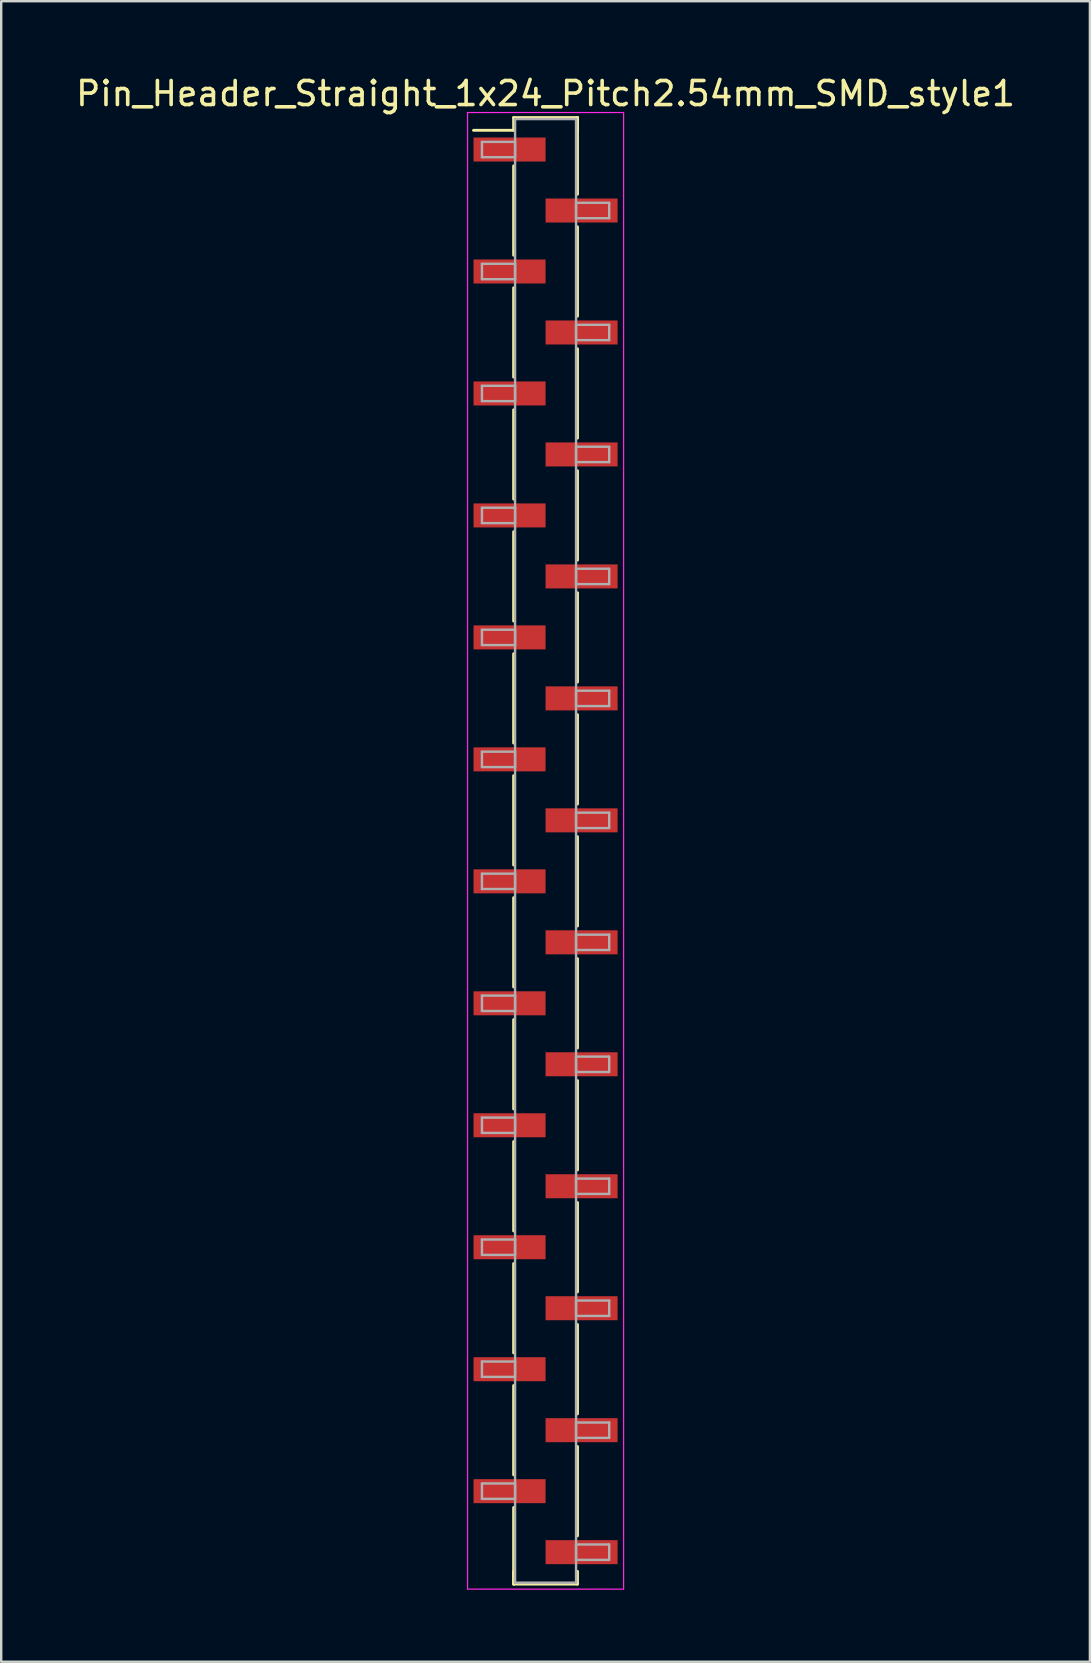
<source format=kicad_pcb>
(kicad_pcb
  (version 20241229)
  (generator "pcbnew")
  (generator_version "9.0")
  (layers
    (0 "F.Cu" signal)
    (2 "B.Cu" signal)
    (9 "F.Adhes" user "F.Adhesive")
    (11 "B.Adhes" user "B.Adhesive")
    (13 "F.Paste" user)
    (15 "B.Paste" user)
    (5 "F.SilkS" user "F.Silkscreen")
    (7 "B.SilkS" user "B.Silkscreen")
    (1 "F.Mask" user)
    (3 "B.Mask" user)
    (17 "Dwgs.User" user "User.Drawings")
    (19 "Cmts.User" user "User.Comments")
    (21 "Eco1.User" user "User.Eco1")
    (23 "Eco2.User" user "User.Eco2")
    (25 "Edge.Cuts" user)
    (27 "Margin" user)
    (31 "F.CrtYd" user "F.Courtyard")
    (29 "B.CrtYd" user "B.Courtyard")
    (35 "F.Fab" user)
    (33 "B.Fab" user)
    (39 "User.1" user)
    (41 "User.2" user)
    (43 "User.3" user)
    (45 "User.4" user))
  (footprint "Pin_Header_Straight_1x24_Pitch2.54mm_SMD_style1"
    (layer "F.Cu")
    (at 19.673 32.388)
    (property "Reference" "Pin_Header_Straight_1x24_Pitch2.54mm_SMD_style1" (at 0 -31.54 0) (layer "F.SilkS") (effects (font (size 1 1) (thickness 0.15))))
    (attr smd)
    (fp_line (start -1.33 -30.54) (end 1.33 -30.54) (stroke (width 0.12) (type solid)) (layer "F.SilkS"))
    (fp_line (start -1.33 -30.01) (end -3 -30.01) (stroke (width 0.12) (type solid)) (layer "F.SilkS"))
    (fp_line (start -1.33 -30.01) (end -1.33 -30.54) (stroke (width 0.12) (type solid)) (layer "F.SilkS"))
    (fp_line (start -1.33 -28.53) (end -1.33 -24.81) (stroke (width 0.12) (type solid)) (layer "F.SilkS"))
    (fp_line (start -1.33 -23.45) (end -1.33 -19.73) (stroke (width 0.12) (type solid)) (layer "F.SilkS"))
    (fp_line (start -1.33 -18.37) (end -1.33 -14.65) (stroke (width 0.12) (type solid)) (layer "F.SilkS"))
    (fp_line (start -1.33 -13.29) (end -1.33 -9.57) (stroke (width 0.12) (type solid)) (layer "F.SilkS"))
    (fp_line (start -1.33 -8.21) (end -1.33 -4.49) (stroke (width 0.12) (type solid)) (layer "F.SilkS"))
    (fp_line (start -1.33 -3.13) (end -1.33 0.59) (stroke (width 0.12) (type solid)) (layer "F.SilkS"))
    (fp_line (start -1.33 1.95) (end -1.33 5.67) (stroke (width 0.12) (type solid)) (layer "F.SilkS"))
    (fp_line (start -1.33 7.03) (end -1.33 10.75) (stroke (width 0.12) (type solid)) (layer "F.SilkS"))
    (fp_line (start -1.33 12.11) (end -1.33 15.83) (stroke (width 0.12) (type solid)) (layer "F.SilkS"))
    (fp_line (start -1.33 17.19) (end -1.33 20.91) (stroke (width 0.12) (type solid)) (layer "F.SilkS"))
    (fp_line (start -1.33 22.27) (end -1.33 25.99) (stroke (width 0.12) (type solid)) (layer "F.SilkS"))
    (fp_line (start -1.33 27.35) (end -1.33 30.54) (stroke (width 0.12) (type solid)) (layer "F.SilkS"))
    (fp_line (start -1.33 30.01) (end -1.33 30.54) (stroke (width 0.12) (type solid)) (layer "F.SilkS"))
    (fp_line (start -1.33 30.54) (end 1.33 30.54) (stroke (width 0.12) (type solid)) (layer "F.SilkS"))
    (fp_line (start 1.33 -30.54) (end 1.33 -30.01) (stroke (width 0.12) (type solid)) (layer "F.SilkS"))
    (fp_line (start 1.33 -30.54) (end 1.33 -27.35) (stroke (width 0.12) (type solid)) (layer "F.SilkS"))
    (fp_line (start 1.33 -25.99) (end 1.33 -22.27) (stroke (width 0.12) (type solid)) (layer "F.SilkS"))
    (fp_line (start 1.33 -20.91) (end 1.33 -17.19) (stroke (width 0.12) (type solid)) (layer "F.SilkS"))
    (fp_line (start 1.33 -15.83) (end 1.33 -12.11) (stroke (width 0.12) (type solid)) (layer "F.SilkS"))
    (fp_line (start 1.33 -10.75) (end 1.33 -7.03) (stroke (width 0.12) (type solid)) (layer "F.SilkS"))
    (fp_line (start 1.33 -5.67) (end 1.33 -1.95) (stroke (width 0.12) (type solid)) (layer "F.SilkS"))
    (fp_line (start 1.33 -0.59) (end 1.33 3.13) (stroke (width 0.12) (type solid)) (layer "F.SilkS"))
    (fp_line (start 1.33 4.49) (end 1.33 8.21) (stroke (width 0.12) (type solid)) (layer "F.SilkS"))
    (fp_line (start 1.33 9.57) (end 1.33 13.29) (stroke (width 0.12) (type solid)) (layer "F.SilkS"))
    (fp_line (start 1.33 14.65) (end 1.33 18.37) (stroke (width 0.12) (type solid)) (layer "F.SilkS"))
    (fp_line (start 1.33 19.73) (end 1.33 23.45) (stroke (width 0.12) (type solid)) (layer "F.SilkS"))
    (fp_line (start 1.33 24.81) (end 1.33 28.53) (stroke (width 0.12) (type solid)) (layer "F.SilkS"))
    (fp_line (start 1.33 30.54) (end 1.33 30.01) (stroke (width 0.12) (type solid)) (layer "F.SilkS"))
    (fp_line (start -3.25 -30.75) (end -3.25 30.75) (stroke (width 0.05) (type solid)) (layer "F.CrtYd"))
    (fp_line (start -3.25 30.75) (end 3.25 30.75) (stroke (width 0.05) (type solid)) (layer "F.CrtYd"))
    (fp_line (start 3.25 -30.75) (end -3.25 -30.75) (stroke (width 0.05) (type solid)) (layer "F.CrtYd"))
    (fp_line (start 3.25 30.75) (end 3.25 -30.75) (stroke (width 0.05) (type solid)) (layer "F.CrtYd"))
    (fp_line (start -2.65 -29.53) (end -1.27 -29.53) (stroke (width 0.1) (type solid)) (layer "F.Fab"))
    (fp_line (start -2.65 -28.89) (end -2.65 -29.53) (stroke (width 0.1) (type solid)) (layer "F.Fab"))
    (fp_line (start -2.65 -24.45) (end -1.27 -24.45) (stroke (width 0.1) (type solid)) (layer "F.Fab"))
    (fp_line (start -2.65 -23.81) (end -2.65 -24.45) (stroke (width 0.1) (type solid)) (layer "F.Fab"))
    (fp_line (start -2.65 -19.37) (end -1.27 -19.37) (stroke (width 0.1) (type solid)) (layer "F.Fab"))
    (fp_line (start -2.65 -18.73) (end -2.65 -19.37) (stroke (width 0.1) (type solid)) (layer "F.Fab"))
    (fp_line (start -2.65 -14.29) (end -1.27 -14.29) (stroke (width 0.1) (type solid)) (layer "F.Fab"))
    (fp_line (start -2.65 -13.65) (end -2.65 -14.29) (stroke (width 0.1) (type solid)) (layer "F.Fab"))
    (fp_line (start -2.65 -9.21) (end -1.27 -9.21) (stroke (width 0.1) (type solid)) (layer "F.Fab"))
    (fp_line (start -2.65 -8.57) (end -2.65 -9.21) (stroke (width 0.1) (type solid)) (layer "F.Fab"))
    (fp_line (start -2.65 -4.13) (end -1.27 -4.13) (stroke (width 0.1) (type solid)) (layer "F.Fab"))
    (fp_line (start -2.65 -3.49) (end -2.65 -4.13) (stroke (width 0.1) (type solid)) (layer "F.Fab"))
    (fp_line (start -2.65 0.95) (end -1.27 0.95) (stroke (width 0.1) (type solid)) (layer "F.Fab"))
    (fp_line (start -2.65 1.59) (end -2.65 0.95) (stroke (width 0.1) (type solid)) (layer "F.Fab"))
    (fp_line (start -2.65 6.03) (end -1.27 6.03) (stroke (width 0.1) (type solid)) (layer "F.Fab"))
    (fp_line (start -2.65 6.67) (end -2.65 6.03) (stroke (width 0.1) (type solid)) (layer "F.Fab"))
    (fp_line (start -2.65 11.11) (end -1.27 11.11) (stroke (width 0.1) (type solid)) (layer "F.Fab"))
    (fp_line (start -2.65 11.75) (end -2.65 11.11) (stroke (width 0.1) (type solid)) (layer "F.Fab"))
    (fp_line (start -2.65 16.19) (end -1.27 16.19) (stroke (width 0.1) (type solid)) (layer "F.Fab"))
    (fp_line (start -2.65 16.83) (end -2.65 16.19) (stroke (width 0.1) (type solid)) (layer "F.Fab"))
    (fp_line (start -2.65 21.27) (end -1.27 21.27) (stroke (width 0.1) (type solid)) (layer "F.Fab"))
    (fp_line (start -2.65 21.91) (end -2.65 21.27) (stroke (width 0.1) (type solid)) (layer "F.Fab"))
    (fp_line (start -2.65 26.35) (end -1.27 26.35) (stroke (width 0.1) (type solid)) (layer "F.Fab"))
    (fp_line (start -2.65 26.99) (end -2.65 26.35) (stroke (width 0.1) (type solid)) (layer "F.Fab"))
    (fp_line (start -1.27 -30.48) (end -1.27 30.48) (stroke (width 0.1) (type solid)) (layer "F.Fab"))
    (fp_line (start -1.27 -29.53) (end -1.27 -28.89) (stroke (width 0.1) (type solid)) (layer "F.Fab"))
    (fp_line (start -1.27 -28.89) (end -2.65 -28.89) (stroke (width 0.1) (type solid)) (layer "F.Fab"))
    (fp_line (start -1.27 -24.45) (end -1.27 -23.81) (stroke (width 0.1) (type solid)) (layer "F.Fab"))
    (fp_line (start -1.27 -23.81) (end -2.65 -23.81) (stroke (width 0.1) (type solid)) (layer "F.Fab"))
    (fp_line (start -1.27 -19.37) (end -1.27 -18.73) (stroke (width 0.1) (type solid)) (layer "F.Fab"))
    (fp_line (start -1.27 -18.73) (end -2.65 -18.73) (stroke (width 0.1) (type solid)) (layer "F.Fab"))
    (fp_line (start -1.27 -14.29) (end -1.27 -13.65) (stroke (width 0.1) (type solid)) (layer "F.Fab"))
    (fp_line (start -1.27 -13.65) (end -2.65 -13.65) (stroke (width 0.1) (type solid)) (layer "F.Fab"))
    (fp_line (start -1.27 -9.21) (end -1.27 -8.57) (stroke (width 0.1) (type solid)) (layer "F.Fab"))
    (fp_line (start -1.27 -8.57) (end -2.65 -8.57) (stroke (width 0.1) (type solid)) (layer "F.Fab"))
    (fp_line (start -1.27 -4.13) (end -1.27 -3.49) (stroke (width 0.1) (type solid)) (layer "F.Fab"))
    (fp_line (start -1.27 -3.49) (end -2.65 -3.49) (stroke (width 0.1) (type solid)) (layer "F.Fab"))
    (fp_line (start -1.27 0.95) (end -1.27 1.59) (stroke (width 0.1) (type solid)) (layer "F.Fab"))
    (fp_line (start -1.27 1.59) (end -2.65 1.59) (stroke (width 0.1) (type solid)) (layer "F.Fab"))
    (fp_line (start -1.27 6.03) (end -1.27 6.67) (stroke (width 0.1) (type solid)) (layer "F.Fab"))
    (fp_line (start -1.27 6.67) (end -2.65 6.67) (stroke (width 0.1) (type solid)) (layer "F.Fab"))
    (fp_line (start -1.27 11.11) (end -1.27 11.75) (stroke (width 0.1) (type solid)) (layer "F.Fab"))
    (fp_line (start -1.27 11.75) (end -2.65 11.75) (stroke (width 0.1) (type solid)) (layer "F.Fab"))
    (fp_line (start -1.27 16.19) (end -1.27 16.83) (stroke (width 0.1) (type solid)) (layer "F.Fab"))
    (fp_line (start -1.27 16.83) (end -2.65 16.83) (stroke (width 0.1) (type solid)) (layer "F.Fab"))
    (fp_line (start -1.27 21.27) (end -1.27 21.91) (stroke (width 0.1) (type solid)) (layer "F.Fab"))
    (fp_line (start -1.27 21.91) (end -2.65 21.91) (stroke (width 0.1) (type solid)) (layer "F.Fab"))
    (fp_line (start -1.27 26.35) (end -1.27 26.99) (stroke (width 0.1) (type solid)) (layer "F.Fab"))
    (fp_line (start -1.27 26.99) (end -2.65 26.99) (stroke (width 0.1) (type solid)) (layer "F.Fab"))
    (fp_line (start -1.27 30.48) (end 1.27 30.48) (stroke (width 0.1) (type solid)) (layer "F.Fab"))
    (fp_line (start 1.27 -30.48) (end -1.27 -30.48) (stroke (width 0.1) (type solid)) (layer "F.Fab"))
    (fp_line (start 1.27 -26.99) (end 1.27 -26.35) (stroke (width 0.1) (type solid)) (layer "F.Fab"))
    (fp_line (start 1.27 -26.35) (end 2.65 -26.35) (stroke (width 0.1) (type solid)) (layer "F.Fab"))
    (fp_line (start 1.27 -21.91) (end 1.27 -21.27) (stroke (width 0.1) (type solid)) (layer "F.Fab"))
    (fp_line (start 1.27 -21.27) (end 2.65 -21.27) (stroke (width 0.1) (type solid)) (layer "F.Fab"))
    (fp_line (start 1.27 -16.83) (end 1.27 -16.19) (stroke (width 0.1) (type solid)) (layer "F.Fab"))
    (fp_line (start 1.27 -16.19) (end 2.65 -16.19) (stroke (width 0.1) (type solid)) (layer "F.Fab"))
    (fp_line (start 1.27 -11.75) (end 1.27 -11.11) (stroke (width 0.1) (type solid)) (layer "F.Fab"))
    (fp_line (start 1.27 -11.11) (end 2.65 -11.11) (stroke (width 0.1) (type solid)) (layer "F.Fab"))
    (fp_line (start 1.27 -6.67) (end 1.27 -6.03) (stroke (width 0.1) (type solid)) (layer "F.Fab"))
    (fp_line (start 1.27 -6.03) (end 2.65 -6.03) (stroke (width 0.1) (type solid)) (layer "F.Fab"))
    (fp_line (start 1.27 -1.59) (end 1.27 -0.95) (stroke (width 0.1) (type solid)) (layer "F.Fab"))
    (fp_line (start 1.27 -0.95) (end 2.65 -0.95) (stroke (width 0.1) (type solid)) (layer "F.Fab"))
    (fp_line (start 1.27 3.49) (end 1.27 4.13) (stroke (width 0.1) (type solid)) (layer "F.Fab"))
    (fp_line (start 1.27 4.13) (end 2.65 4.13) (stroke (width 0.1) (type solid)) (layer "F.Fab"))
    (fp_line (start 1.27 8.57) (end 1.27 9.21) (stroke (width 0.1) (type solid)) (layer "F.Fab"))
    (fp_line (start 1.27 9.21) (end 2.65 9.21) (stroke (width 0.1) (type solid)) (layer "F.Fab"))
    (fp_line (start 1.27 13.65) (end 1.27 14.29) (stroke (width 0.1) (type solid)) (layer "F.Fab"))
    (fp_line (start 1.27 14.29) (end 2.65 14.29) (stroke (width 0.1) (type solid)) (layer "F.Fab"))
    (fp_line (start 1.27 18.73) (end 1.27 19.37) (stroke (width 0.1) (type solid)) (layer "F.Fab"))
    (fp_line (start 1.27 19.37) (end 2.65 19.37) (stroke (width 0.1) (type solid)) (layer "F.Fab"))
    (fp_line (start 1.27 23.81) (end 1.27 24.45) (stroke (width 0.1) (type solid)) (layer "F.Fab"))
    (fp_line (start 1.27 24.45) (end 2.65 24.45) (stroke (width 0.1) (type solid)) (layer "F.Fab"))
    (fp_line (start 1.27 28.89) (end 1.27 29.53) (stroke (width 0.1) (type solid)) (layer "F.Fab"))
    (fp_line (start 1.27 29.53) (end 2.65 29.53) (stroke (width 0.1) (type solid)) (layer "F.Fab"))
    (fp_line (start 1.27 30.48) (end 1.27 -30.48) (stroke (width 0.1) (type solid)) (layer "F.Fab"))
    (fp_line (start 2.65 -26.99) (end 1.27 -26.99) (stroke (width 0.1) (type solid)) (layer "F.Fab"))
    (fp_line (start 2.65 -26.35) (end 2.65 -26.99) (stroke (width 0.1) (type solid)) (layer "F.Fab"))
    (fp_line (start 2.65 -21.91) (end 1.27 -21.91) (stroke (width 0.1) (type solid)) (layer "F.Fab"))
    (fp_line (start 2.65 -21.27) (end 2.65 -21.91) (stroke (width 0.1) (type solid)) (layer "F.Fab"))
    (fp_line (start 2.65 -16.83) (end 1.27 -16.83) (stroke (width 0.1) (type solid)) (layer "F.Fab"))
    (fp_line (start 2.65 -16.19) (end 2.65 -16.83) (stroke (width 0.1) (type solid)) (layer "F.Fab"))
    (fp_line (start 2.65 -11.75) (end 1.27 -11.75) (stroke (width 0.1) (type solid)) (layer "F.Fab"))
    (fp_line (start 2.65 -11.11) (end 2.65 -11.75) (stroke (width 0.1) (type solid)) (layer "F.Fab"))
    (fp_line (start 2.65 -6.67) (end 1.27 -6.67) (stroke (width 0.1) (type solid)) (layer "F.Fab"))
    (fp_line (start 2.65 -6.03) (end 2.65 -6.67) (stroke (width 0.1) (type solid)) (layer "F.Fab"))
    (fp_line (start 2.65 -1.59) (end 1.27 -1.59) (stroke (width 0.1) (type solid)) (layer "F.Fab"))
    (fp_line (start 2.65 -0.95) (end 2.65 -1.59) (stroke (width 0.1) (type solid)) (layer "F.Fab"))
    (fp_line (start 2.65 3.49) (end 1.27 3.49) (stroke (width 0.1) (type solid)) (layer "F.Fab"))
    (fp_line (start 2.65 4.13) (end 2.65 3.49) (stroke (width 0.1) (type solid)) (layer "F.Fab"))
    (fp_line (start 2.65 8.57) (end 1.27 8.57) (stroke (width 0.1) (type solid)) (layer "F.Fab"))
    (fp_line (start 2.65 9.21) (end 2.65 8.57) (stroke (width 0.1) (type solid)) (layer "F.Fab"))
    (fp_line (start 2.65 13.65) (end 1.27 13.65) (stroke (width 0.1) (type solid)) (layer "F.Fab"))
    (fp_line (start 2.65 14.29) (end 2.65 13.65) (stroke (width 0.1) (type solid)) (layer "F.Fab"))
    (fp_line (start 2.65 18.73) (end 1.27 18.73) (stroke (width 0.1) (type solid)) (layer "F.Fab"))
    (fp_line (start 2.65 19.37) (end 2.65 18.73) (stroke (width 0.1) (type solid)) (layer "F.Fab"))
    (fp_line (start 2.65 23.81) (end 1.27 23.81) (stroke (width 0.1) (type solid)) (layer "F.Fab"))
    (fp_line (start 2.65 24.45) (end 2.65 23.81) (stroke (width 0.1) (type solid)) (layer "F.Fab"))
    (fp_line (start 2.65 28.89) (end 1.27 28.89) (stroke (width 0.1) (type solid)) (layer "F.Fab"))
    (fp_line (start 2.65 29.53) (end 2.65 28.89) (stroke (width 0.1) (type solid)) (layer "F.Fab"))
    (pad "1" smd rect (at -1.5 -29.21) (size 3 1) (layers "F.Cu" "F.Mask"))
    (pad "2" smd rect (at 1.5 -26.67) (size 3 1) (layers "F.Cu" "F.Mask"))
    (pad "3" smd rect (at -1.5 -24.13) (size 3 1) (layers "F.Cu" "F.Mask"))
    (pad "4" smd rect (at 1.5 -21.59) (size 3 1) (layers "F.Cu" "F.Mask"))
    (pad "5" smd rect (at -1.5 -19.05) (size 3 1) (layers "F.Cu" "F.Mask"))
    (pad "6" smd rect (at 1.5 -16.51) (size 3 1) (layers "F.Cu" "F.Mask"))
    (pad "7" smd rect (at -1.5 -13.97) (size 3 1) (layers "F.Cu" "F.Mask"))
    (pad "8" smd rect (at 1.5 -11.43) (size 3 1) (layers "F.Cu" "F.Mask"))
    (pad "9" smd rect (at -1.5 -8.89) (size 3 1) (layers "F.Cu" "F.Mask"))
    (pad "10" smd rect (at 1.5 -6.35) (size 3 1) (layers "F.Cu" "F.Mask"))
    (pad "11" smd rect (at -1.5 -3.81) (size 3 1) (layers "F.Cu" "F.Mask"))
    (pad "12" smd rect (at 1.5 -1.27) (size 3 1) (layers "F.Cu" "F.Mask"))
    (pad "13" smd rect (at -1.5 1.27) (size 3 1) (layers "F.Cu" "F.Mask"))
    (pad "14" smd rect (at 1.5 3.81) (size 3 1) (layers "F.Cu" "F.Mask"))
    (pad "15" smd rect (at -1.5 6.35) (size 3 1) (layers "F.Cu" "F.Mask"))
    (pad "16" smd rect (at 1.5 8.89) (size 3 1) (layers "F.Cu" "F.Mask"))
    (pad "17" smd rect (at -1.5 11.43) (size 3 1) (layers "F.Cu" "F.Mask"))
    (pad "18" smd rect (at 1.5 13.97) (size 3 1) (layers "F.Cu" "F.Mask"))
    (pad "19" smd rect (at -1.5 16.51) (size 3 1) (layers "F.Cu" "F.Mask"))
    (pad "20" smd rect (at 1.5 19.05) (size 3 1) (layers "F.Cu" "F.Mask"))
    (pad "21" smd rect (at -1.5 21.59) (size 3 1) (layers "F.Cu" "F.Mask"))
    (pad "22" smd rect (at 1.5 24.13) (size 3 1) (layers "F.Cu" "F.Mask"))
    (pad "23" smd rect (at -1.5 26.67) (size 3 1) (layers "F.Cu" "F.Mask"))
    (pad "24" smd rect (at 1.5 29.21) (size 3 1) (layers "F.Cu" "F.Mask")))
  (gr_rect
    (start -3 -3)
    (end 42.345 66.163)
    (stroke (width 0.1) (type default))
    (fill no)
    (layer "Edge.Cuts")))
</source>
